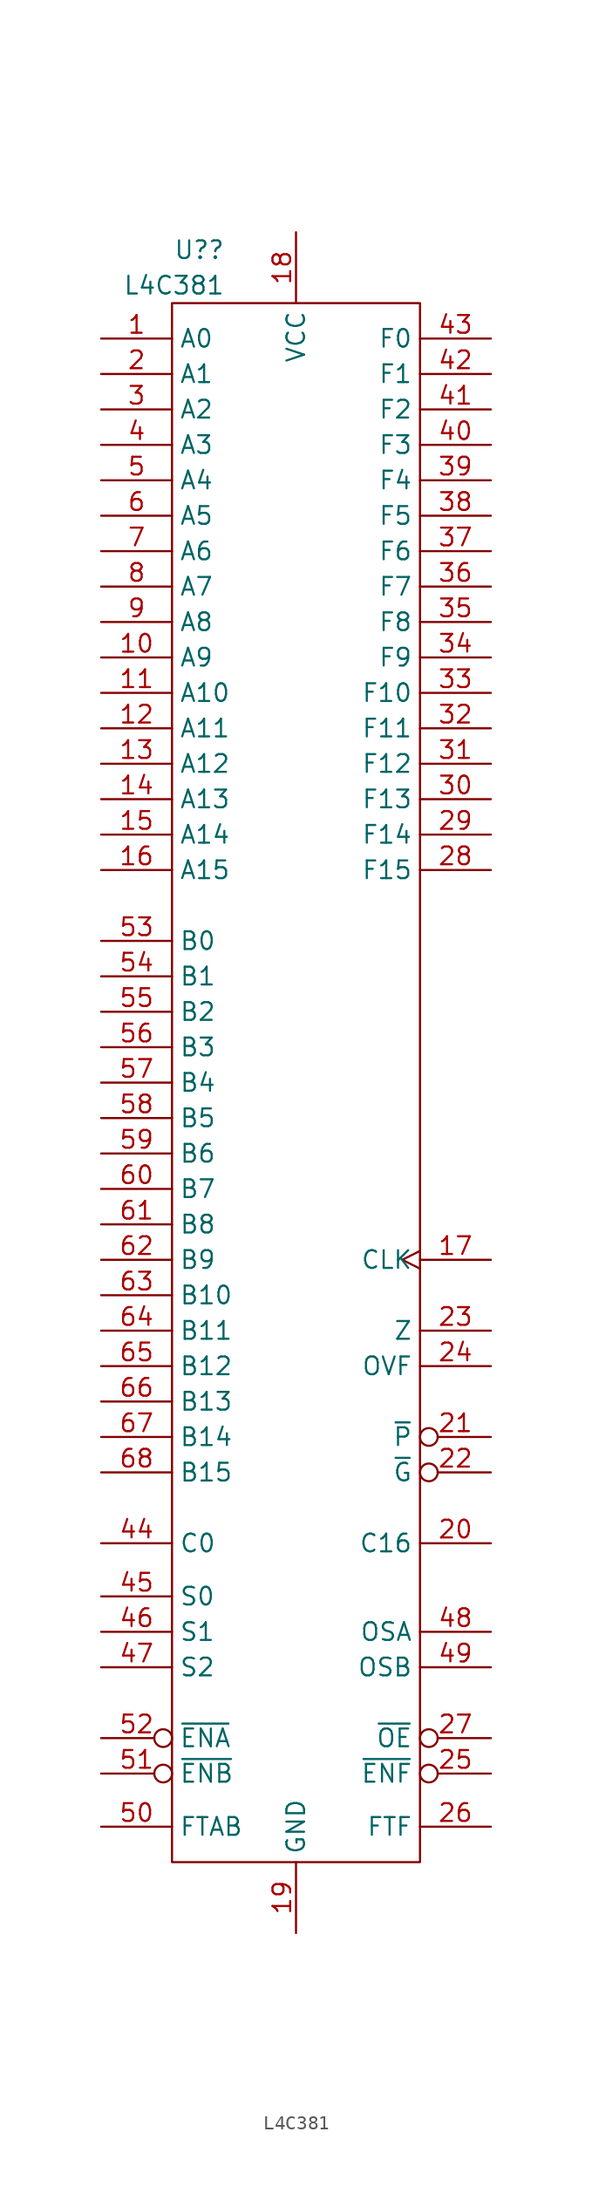
<source format=kicad_sym>
(kicad_symbol_lib
  (version 20211014)
  (generator kicad_symbol_editor)
  (symbol "L4C381"
    (property "Reference" "U?"
      (at -5.08 59.69 0)
      (effects (font (size 1.27 1.27)) (justify right)))
    (property "Value" "L4C381"
      (at -5.08 57.15 0)
      (effects (font (size 1.27 1.27)) (justify right)))
    (symbol "L4C381_0_1"
      (rectangle (start -8.89 55.88) (end 8.89 -55.88) (stroke (width 0) (type default) (color 0 0 0 0)) (fill (type none))))
    (symbol "L4C381_1_1"
      (pin input line (at -13.97 53.34 0) (length 5.08) (name "A0" (effects (font (size 1.27 1.27)))) (number "1" (effects (font (size 1.27 1.27)))))
      (pin input line (at -13.97 30.48 0) (length 5.08) (name "A9" (effects (font (size 1.27 1.27)))) (number "10" (effects (font (size 1.27 1.27)))))
      (pin input line (at -13.97 27.94 0) (length 5.08) (name "A10" (effects (font (size 1.27 1.27)))) (number "11" (effects (font (size 1.27 1.27)))))
      (pin input line (at -13.97 25.4 0) (length 5.08) (name "A11" (effects (font (size 1.27 1.27)))) (number "12" (effects (font (size 1.27 1.27)))))
      (pin input line (at -13.97 22.86 0) (length 5.08) (name "A12" (effects (font (size 1.27 1.27)))) (number "13" (effects (font (size 1.27 1.27)))))
      (pin input line (at -13.97 20.32 0) (length 5.08) (name "A13" (effects (font (size 1.27 1.27)))) (number "14" (effects (font (size 1.27 1.27)))))
      (pin input line (at -13.97 17.78 0) (length 5.08) (name "A14" (effects (font (size 1.27 1.27)))) (number "15" (effects (font (size 1.27 1.27)))))
      (pin input line (at -13.97 15.24 0) (length 5.08) (name "A15" (effects (font (size 1.27 1.27)))) (number "16" (effects (font (size 1.27 1.27)))))
      (pin input clock (at 13.97 -12.7 180) (length 5.08) (name "CLK" (effects (font (size 1.27 1.27)))) (number "17" (effects (font (size 1.27 1.27)))))
      (pin power_in line (at 0 60.96 270) (length 5.08) (name "VCC" (effects (font (size 1.27 1.27)))) (number "18" (effects (font (size 1.27 1.27)))))
      (pin power_in line (at 0 -60.96 90) (length 5.08) (name "GND" (effects (font (size 1.27 1.27)))) (number "19" (effects (font (size 1.27 1.27)))))
      (pin input line (at -13.97 50.8 0) (length 5.08) (name "A1" (effects (font (size 1.27 1.27)))) (number "2" (effects (font (size 1.27 1.27)))))
      (pin output line (at 13.97 -33.02 180) (length 5.08) (name "C16" (effects (font (size 1.27 1.27)))) (number "20" (effects (font (size 1.27 1.27)))))
      (pin output inverted (at 13.97 -25.4 180) (length 5.08) (name "~{P}" (effects (font (size 1.27 1.27)))) (number "21" (effects (font (size 1.27 1.27)))))
      (pin output inverted (at 13.97 -27.94 180) (length 5.08) (name "~{G}" (effects (font (size 1.27 1.27)))) (number "22" (effects (font (size 1.27 1.27)))))
      (pin output line (at 13.97 -17.78 180) (length 5.08) (name "Z" (effects (font (size 1.27 1.27)))) (number "23" (effects (font (size 1.27 1.27)))))
      (pin output line (at 13.97 -20.32 180) (length 5.08) (name "OVF" (effects (font (size 1.27 1.27)))) (number "24" (effects (font (size 1.27 1.27)))))
      (pin input inverted (at 13.97 -49.53 180) (length 5.08) (name "~{ENF}" (effects (font (size 1.27 1.27)))) (number "25" (effects (font (size 1.27 1.27)))))
      (pin input line (at 13.97 -53.34 180) (length 5.08) (name "FTF" (effects (font (size 1.27 1.27)))) (number "26" (effects (font (size 1.27 1.27)))))
      (pin input inverted (at 13.97 -46.99 180) (length 5.08) (name "~{OE}" (effects (font (size 1.27 1.27)))) (number "27" (effects (font (size 1.27 1.27)))))
      (pin output line (at 13.97 15.24 180) (length 5.08) (name "F15" (effects (font (size 1.27 1.27)))) (number "28" (effects (font (size 1.27 1.27)))))
      (pin output line (at 13.97 17.78 180) (length 5.08) (name "F14" (effects (font (size 1.27 1.27)))) (number "29" (effects (font (size 1.27 1.27)))))
      (pin input line (at -13.97 48.26 0) (length 5.08) (name "A2" (effects (font (size 1.27 1.27)))) (number "3" (effects (font (size 1.27 1.27)))))
      (pin output line (at 13.97 20.32 180) (length 5.08) (name "F13" (effects (font (size 1.27 1.27)))) (number "30" (effects (font (size 1.27 1.27)))))
      (pin output line (at 13.97 22.86 180) (length 5.08) (name "F12" (effects (font (size 1.27 1.27)))) (number "31" (effects (font (size 1.27 1.27)))))
      (pin output line (at 13.97 25.4 180) (length 5.08) (name "F11" (effects (font (size 1.27 1.27)))) (number "32" (effects (font (size 1.27 1.27)))))
      (pin output line (at 13.97 27.94 180) (length 5.08) (name "F10" (effects (font (size 1.27 1.27)))) (number "33" (effects (font (size 1.27 1.27)))))
      (pin output line (at 13.97 30.48 180) (length 5.08) (name "F9" (effects (font (size 1.27 1.27)))) (number "34" (effects (font (size 1.27 1.27)))))
      (pin output line (at 13.97 33.02 180) (length 5.08) (name "F8" (effects (font (size 1.27 1.27)))) (number "35" (effects (font (size 1.27 1.27)))))
      (pin output line (at 13.97 35.56 180) (length 5.08) (name "F7" (effects (font (size 1.27 1.27)))) (number "36" (effects (font (size 1.27 1.27)))))
      (pin output line (at 13.97 38.1 180) (length 5.08) (name "F6" (effects (font (size 1.27 1.27)))) (number "37" (effects (font (size 1.27 1.27)))))
      (pin output line (at 13.97 40.64 180) (length 5.08) (name "F5" (effects (font (size 1.27 1.27)))) (number "38" (effects (font (size 1.27 1.27)))))
      (pin output line (at 13.97 43.18 180) (length 5.08) (name "F4" (effects (font (size 1.27 1.27)))) (number "39" (effects (font (size 1.27 1.27)))))
      (pin input line (at -13.97 45.72 0) (length 5.08) (name "A3" (effects (font (size 1.27 1.27)))) (number "4" (effects (font (size 1.27 1.27)))))
      (pin output line (at 13.97 45.72 180) (length 5.08) (name "F3" (effects (font (size 1.27 1.27)))) (number "40" (effects (font (size 1.27 1.27)))))
      (pin output line (at 13.97 48.26 180) (length 5.08) (name "F2" (effects (font (size 1.27 1.27)))) (number "41" (effects (font (size 1.27 1.27)))))
      (pin output line (at 13.97 50.8 180) (length 5.08) (name "F1" (effects (font (size 1.27 1.27)))) (number "42" (effects (font (size 1.27 1.27)))))
      (pin output line (at 13.97 53.34 180) (length 5.08) (name "F0" (effects (font (size 1.27 1.27)))) (number "43" (effects (font (size 1.27 1.27)))))
      (pin input line (at -13.97 -33.02 0) (length 5.08) (name "C0" (effects (font (size 1.27 1.27)))) (number "44" (effects (font (size 1.27 1.27)))))
      (pin input line (at -13.97 -36.83 0) (length 5.08) (name "S0" (effects (font (size 1.27 1.27)))) (number "45" (effects (font (size 1.27 1.27)))))
      (pin input line (at -13.97 -39.37 0) (length 5.08) (name "S1" (effects (font (size 1.27 1.27)))) (number "46" (effects (font (size 1.27 1.27)))))
      (pin input line (at -13.97 -41.91 0) (length 5.08) (name "S2" (effects (font (size 1.27 1.27)))) (number "47" (effects (font (size 1.27 1.27)))))
      (pin input line (at 13.97 -39.37 180) (length 5.08) (name "OSA" (effects (font (size 1.27 1.27)))) (number "48" (effects (font (size 1.27 1.27)))))
      (pin input line (at 13.97 -41.91 180) (length 5.08) (name "OSB" (effects (font (size 1.27 1.27)))) (number "49" (effects (font (size 1.27 1.27)))))
      (pin input line (at -13.97 43.18 0) (length 5.08) (name "A4" (effects (font (size 1.27 1.27)))) (number "5" (effects (font (size 1.27 1.27)))))
      (pin input line (at -13.97 -53.34 0) (length 5.08) (name "FTAB" (effects (font (size 1.27 1.27)))) (number "50" (effects (font (size 1.27 1.27)))))
      (pin input inverted (at -13.97 -49.53 0) (length 5.08) (name "~{ENB}" (effects (font (size 1.27 1.27)))) (number "51" (effects (font (size 1.27 1.27)))))
      (pin input inverted (at -13.97 -46.99 0) (length 5.08) (name "~{ENA}" (effects (font (size 1.27 1.27)))) (number "52" (effects (font (size 1.27 1.27)))))
      (pin input line (at -13.97 10.16 0) (length 5.08) (name "B0" (effects (font (size 1.27 1.27)))) (number "53" (effects (font (size 1.27 1.27)))))
      (pin input line (at -13.97 7.62 0) (length 5.08) (name "B1" (effects (font (size 1.27 1.27)))) (number "54" (effects (font (size 1.27 1.27)))))
      (pin input line (at -13.97 5.08 0) (length 5.08) (name "B2" (effects (font (size 1.27 1.27)))) (number "55" (effects (font (size 1.27 1.27)))))
      (pin input line (at -13.97 2.54 0) (length 5.08) (name "B3" (effects (font (size 1.27 1.27)))) (number "56" (effects (font (size 1.27 1.27)))))
      (pin input line (at -13.97 0 0) (length 5.08) (name "B4" (effects (font (size 1.27 1.27)))) (number "57" (effects (font (size 1.27 1.27)))))
      (pin input line (at -13.97 -2.54 0) (length 5.08) (name "B5" (effects (font (size 1.27 1.27)))) (number "58" (effects (font (size 1.27 1.27)))))
      (pin input line (at -13.97 -5.08 0) (length 5.08) (name "B6" (effects (font (size 1.27 1.27)))) (number "59" (effects (font (size 1.27 1.27)))))
      (pin input line (at -13.97 40.64 0) (length 5.08) (name "A5" (effects (font (size 1.27 1.27)))) (number "6" (effects (font (size 1.27 1.27)))))
      (pin input line (at -13.97 -7.62 0) (length 5.08) (name "B7" (effects (font (size 1.27 1.27)))) (number "60" (effects (font (size 1.27 1.27)))))
      (pin input line (at -13.97 -10.16 0) (length 5.08) (name "B8" (effects (font (size 1.27 1.27)))) (number "61" (effects (font (size 1.27 1.27)))))
      (pin input line (at -13.97 -12.7 0) (length 5.08) (name "B9" (effects (font (size 1.27 1.27)))) (number "62" (effects (font (size 1.27 1.27)))))
      (pin input line (at -13.97 -15.24 0) (length 5.08) (name "B10" (effects (font (size 1.27 1.27)))) (number "63" (effects (font (size 1.27 1.27)))))
      (pin input line (at -13.97 -17.78 0) (length 5.08) (name "B11" (effects (font (size 1.27 1.27)))) (number "64" (effects (font (size 1.27 1.27)))))
      (pin input line (at -13.97 -20.32 0) (length 5.08) (name "B12" (effects (font (size 1.27 1.27)))) (number "65" (effects (font (size 1.27 1.27)))))
      (pin input line (at -13.97 -22.86 0) (length 5.08) (name "B13" (effects (font (size 1.27 1.27)))) (number "66" (effects (font (size 1.27 1.27)))))
      (pin input line (at -13.97 -25.4 0) (length 5.08) (name "B14" (effects (font (size 1.27 1.27)))) (number "67" (effects (font (size 1.27 1.27)))))
      (pin input line (at -13.97 -27.94 0) (length 5.08) (name "B15" (effects (font (size 1.27 1.27)))) (number "68" (effects (font (size 1.27 1.27)))))
      (pin input line (at -13.97 38.1 0) (length 5.08) (name "A6" (effects (font (size 1.27 1.27)))) (number "7" (effects (font (size 1.27 1.27)))))
      (pin input line (at -13.97 35.56 0) (length 5.08) (name "A7" (effects (font (size 1.27 1.27)))) (number "8" (effects (font (size 1.27 1.27)))))
      (pin input line (at -13.97 33.02 0) (length 5.08) (name "A8" (effects (font (size 1.27 1.27)))) (number "9" (effects (font (size 1.27 1.27))))))))
</source>
